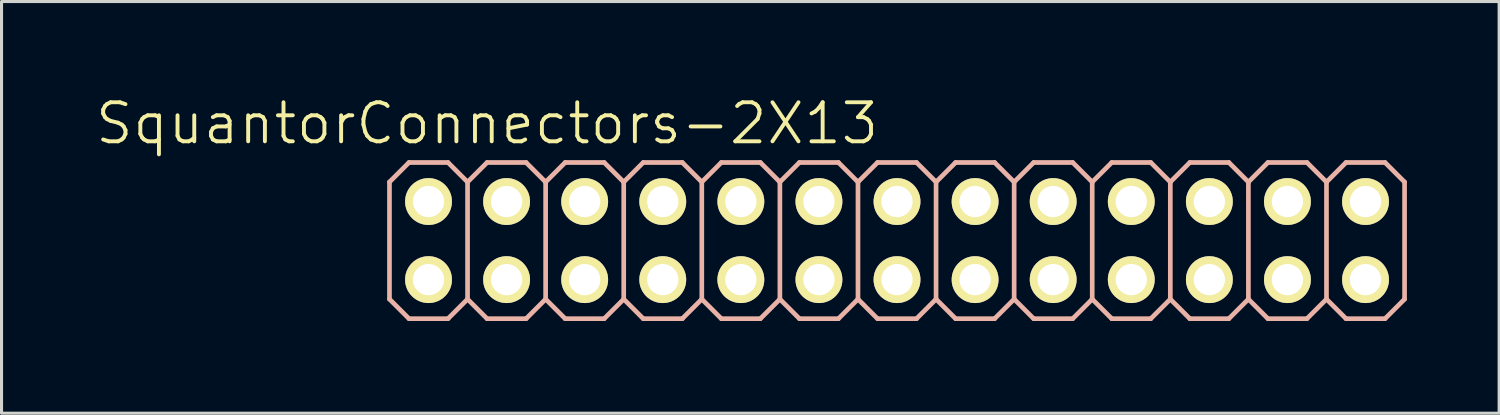
<source format=kicad_pcb>
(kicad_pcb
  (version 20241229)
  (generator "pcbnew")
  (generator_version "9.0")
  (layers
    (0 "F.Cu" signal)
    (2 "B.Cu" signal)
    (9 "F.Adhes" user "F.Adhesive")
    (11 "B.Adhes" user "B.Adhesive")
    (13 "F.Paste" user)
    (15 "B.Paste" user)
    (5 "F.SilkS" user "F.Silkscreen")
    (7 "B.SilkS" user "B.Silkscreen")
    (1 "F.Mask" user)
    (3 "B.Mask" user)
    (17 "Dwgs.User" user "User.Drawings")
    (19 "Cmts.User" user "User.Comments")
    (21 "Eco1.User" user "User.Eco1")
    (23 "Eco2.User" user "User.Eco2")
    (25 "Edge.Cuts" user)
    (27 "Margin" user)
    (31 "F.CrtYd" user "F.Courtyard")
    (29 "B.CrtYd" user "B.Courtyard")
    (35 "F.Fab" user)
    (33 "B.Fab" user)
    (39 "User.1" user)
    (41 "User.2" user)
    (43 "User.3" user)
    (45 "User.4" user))
  (footprint "SquantorConnectors-2X13"
    (layer "F.Cu")
    (at 26.129 4.776)
    (property "Reference" "SquantorConnectors-2X13" (at -13.335 -3.81 0) (layer "F.SilkS") (effects (font (size 1.27 1.27) (thickness 0.127))))
    (attr exclude_from_pos_files exclude_from_bom)
    (fp_line (start -16.51 -1.905) (end -15.875 -2.54) (stroke (width 0.152) (type solid)) (layer "B.SilkS"))
    (fp_line (start -16.51 1.905) (end -16.51 -1.905) (stroke (width 0.152) (type solid)) (layer "B.SilkS"))
    (fp_line (start -16.51 1.905) (end -15.875 2.54) (stroke (width 0.152) (type solid)) (layer "B.SilkS"))
    (fp_line (start -15.875 -2.54) (end -14.605 -2.54) (stroke (width 0.152) (type solid)) (layer "B.SilkS"))
    (fp_line (start -15.875 2.54) (end -14.605 2.54) (stroke (width 0.152) (type solid)) (layer "B.SilkS"))
    (fp_line (start -15.494 -1.524) (end -14.986 -1.524) (stroke (width 0.066) (type solid)) (layer "B.SilkS"))
    (fp_line (start -15.494 -1.016) (end -15.494 -1.524) (stroke (width 0.066) (type solid)) (layer "B.SilkS"))
    (fp_line (start -15.494 -1.016) (end -14.986 -1.016) (stroke (width 0.066) (type solid)) (layer "B.SilkS"))
    (fp_line (start -15.494 1.016) (end -14.986 1.016) (stroke (width 0.066) (type solid)) (layer "B.SilkS"))
    (fp_line (start -15.494 1.524) (end -15.494 1.016) (stroke (width 0.066) (type solid)) (layer "B.SilkS"))
    (fp_line (start -15.494 1.524) (end -14.986 1.524) (stroke (width 0.066) (type solid)) (layer "B.SilkS"))
    (fp_line (start -14.986 -1.016) (end -14.986 -1.524) (stroke (width 0.066) (type solid)) (layer "B.SilkS"))
    (fp_line (start -14.986 1.524) (end -14.986 1.016) (stroke (width 0.066) (type solid)) (layer "B.SilkS"))
    (fp_line (start -14.605 -2.54) (end -13.97 -1.905) (stroke (width 0.152) (type solid)) (layer "B.SilkS"))
    (fp_line (start -14.605 2.54) (end -13.97 1.905) (stroke (width 0.152) (type solid)) (layer "B.SilkS"))
    (fp_line (start -13.97 -1.905) (end -13.97 1.905) (stroke (width 0.152) (type solid)) (layer "B.SilkS"))
    (fp_line (start -13.97 -1.905) (end -13.335 -2.54) (stroke (width 0.152) (type solid)) (layer "B.SilkS"))
    (fp_line (start -13.97 1.905) (end -13.335 2.54) (stroke (width 0.152) (type solid)) (layer "B.SilkS"))
    (fp_line (start -13.335 -2.54) (end -12.065 -2.54) (stroke (width 0.152) (type solid)) (layer "B.SilkS"))
    (fp_line (start -13.335 2.54) (end -12.065 2.54) (stroke (width 0.152) (type solid)) (layer "B.SilkS"))
    (fp_line (start -12.954 -1.524) (end -12.446 -1.524) (stroke (width 0.066) (type solid)) (layer "B.SilkS"))
    (fp_line (start -12.954 -1.016) (end -12.954 -1.524) (stroke (width 0.066) (type solid)) (layer "B.SilkS"))
    (fp_line (start -12.954 -1.016) (end -12.446 -1.016) (stroke (width 0.066) (type solid)) (layer "B.SilkS"))
    (fp_line (start -12.954 1.016) (end -12.446 1.016) (stroke (width 0.066) (type solid)) (layer "B.SilkS"))
    (fp_line (start -12.954 1.524) (end -12.954 1.016) (stroke (width 0.066) (type solid)) (layer "B.SilkS"))
    (fp_line (start -12.954 1.524) (end -12.446 1.524) (stroke (width 0.066) (type solid)) (layer "B.SilkS"))
    (fp_line (start -12.446 -1.016) (end -12.446 -1.524) (stroke (width 0.066) (type solid)) (layer "B.SilkS"))
    (fp_line (start -12.446 1.524) (end -12.446 1.016) (stroke (width 0.066) (type solid)) (layer "B.SilkS"))
    (fp_line (start -12.065 -2.54) (end -11.43 -1.905) (stroke (width 0.152) (type solid)) (layer "B.SilkS"))
    (fp_line (start -12.065 2.54) (end -11.43 1.905) (stroke (width 0.152) (type solid)) (layer "B.SilkS"))
    (fp_line (start -11.43 -1.905) (end -11.43 1.905) (stroke (width 0.152) (type solid)) (layer "B.SilkS"))
    (fp_line (start -11.43 -1.905) (end -10.795 -2.54) (stroke (width 0.152) (type solid)) (layer "B.SilkS"))
    (fp_line (start -11.43 1.905) (end -10.795 2.54) (stroke (width 0.152) (type solid)) (layer "B.SilkS"))
    (fp_line (start -10.795 -2.54) (end -9.525 -2.54) (stroke (width 0.152) (type solid)) (layer "B.SilkS"))
    (fp_line (start -10.795 2.54) (end -9.525 2.54) (stroke (width 0.152) (type solid)) (layer "B.SilkS"))
    (fp_line (start -10.414 -1.524) (end -9.906 -1.524) (stroke (width 0.066) (type solid)) (layer "B.SilkS"))
    (fp_line (start -10.414 -1.016) (end -10.414 -1.524) (stroke (width 0.066) (type solid)) (layer "B.SilkS"))
    (fp_line (start -10.414 -1.016) (end -9.906 -1.016) (stroke (width 0.066) (type solid)) (layer "B.SilkS"))
    (fp_line (start -10.414 1.016) (end -9.906 1.016) (stroke (width 0.066) (type solid)) (layer "B.SilkS"))
    (fp_line (start -10.414 1.524) (end -10.414 1.016) (stroke (width 0.066) (type solid)) (layer "B.SilkS"))
    (fp_line (start -10.414 1.524) (end -9.906 1.524) (stroke (width 0.066) (type solid)) (layer "B.SilkS"))
    (fp_line (start -9.906 -1.016) (end -9.906 -1.524) (stroke (width 0.066) (type solid)) (layer "B.SilkS"))
    (fp_line (start -9.906 1.524) (end -9.906 1.016) (stroke (width 0.066) (type solid)) (layer "B.SilkS"))
    (fp_line (start -9.525 -2.54) (end -8.89 -1.905) (stroke (width 0.152) (type solid)) (layer "B.SilkS"))
    (fp_line (start -9.525 2.54) (end -8.89 1.905) (stroke (width 0.152) (type solid)) (layer "B.SilkS"))
    (fp_line (start -8.89 -1.905) (end -8.89 1.905) (stroke (width 0.152) (type solid)) (layer "B.SilkS"))
    (fp_line (start -8.89 -1.905) (end -8.255 -2.54) (stroke (width 0.152) (type solid)) (layer "B.SilkS"))
    (fp_line (start -8.89 1.905) (end -8.255 2.54) (stroke (width 0.152) (type solid)) (layer "B.SilkS"))
    (fp_line (start -8.255 -2.54) (end -6.985 -2.54) (stroke (width 0.152) (type solid)) (layer "B.SilkS"))
    (fp_line (start -8.255 2.54) (end -6.985 2.54) (stroke (width 0.152) (type solid)) (layer "B.SilkS"))
    (fp_line (start -7.874 -1.524) (end -7.366 -1.524) (stroke (width 0.066) (type solid)) (layer "B.SilkS"))
    (fp_line (start -7.874 -1.016) (end -7.874 -1.524) (stroke (width 0.066) (type solid)) (layer "B.SilkS"))
    (fp_line (start -7.874 -1.016) (end -7.366 -1.016) (stroke (width 0.066) (type solid)) (layer "B.SilkS"))
    (fp_line (start -7.874 1.016) (end -7.366 1.016) (stroke (width 0.066) (type solid)) (layer "B.SilkS"))
    (fp_line (start -7.874 1.524) (end -7.874 1.016) (stroke (width 0.066) (type solid)) (layer "B.SilkS"))
    (fp_line (start -7.874 1.524) (end -7.366 1.524) (stroke (width 0.066) (type solid)) (layer "B.SilkS"))
    (fp_line (start -7.366 -1.016) (end -7.366 -1.524) (stroke (width 0.066) (type solid)) (layer "B.SilkS"))
    (fp_line (start -7.366 1.524) (end -7.366 1.016) (stroke (width 0.066) (type solid)) (layer "B.SilkS"))
    (fp_line (start -6.985 -2.54) (end -6.35 -1.905) (stroke (width 0.152) (type solid)) (layer "B.SilkS"))
    (fp_line (start -6.985 2.54) (end -6.35 1.905) (stroke (width 0.152) (type solid)) (layer "B.SilkS"))
    (fp_line (start -6.35 -1.905) (end -6.35 1.905) (stroke (width 0.152) (type solid)) (layer "B.SilkS"))
    (fp_line (start -6.35 -1.905) (end -5.715 -2.54) (stroke (width 0.152) (type solid)) (layer "B.SilkS"))
    (fp_line (start -6.35 1.905) (end -5.715 2.54) (stroke (width 0.152) (type solid)) (layer "B.SilkS"))
    (fp_line (start -5.715 -2.54) (end -4.445 -2.54) (stroke (width 0.152) (type solid)) (layer "B.SilkS"))
    (fp_line (start -5.715 2.54) (end -4.445 2.54) (stroke (width 0.152) (type solid)) (layer "B.SilkS"))
    (fp_line (start -5.334 -1.524) (end -4.826 -1.524) (stroke (width 0.066) (type solid)) (layer "B.SilkS"))
    (fp_line (start -5.334 -1.016) (end -5.334 -1.524) (stroke (width 0.066) (type solid)) (layer "B.SilkS"))
    (fp_line (start -5.334 -1.016) (end -4.826 -1.016) (stroke (width 0.066) (type solid)) (layer "B.SilkS"))
    (fp_line (start -5.334 1.016) (end -4.826 1.016) (stroke (width 0.066) (type solid)) (layer "B.SilkS"))
    (fp_line (start -5.334 1.524) (end -5.334 1.016) (stroke (width 0.066) (type solid)) (layer "B.SilkS"))
    (fp_line (start -5.334 1.524) (end -4.826 1.524) (stroke (width 0.066) (type solid)) (layer "B.SilkS"))
    (fp_line (start -4.826 -1.016) (end -4.826 -1.524) (stroke (width 0.066) (type solid)) (layer "B.SilkS"))
    (fp_line (start -4.826 1.524) (end -4.826 1.016) (stroke (width 0.066) (type solid)) (layer "B.SilkS"))
    (fp_line (start -4.445 -2.54) (end -3.81 -1.905) (stroke (width 0.152) (type solid)) (layer "B.SilkS"))
    (fp_line (start -4.445 2.54) (end -3.81 1.905) (stroke (width 0.152) (type solid)) (layer "B.SilkS"))
    (fp_line (start -3.81 -1.905) (end -3.81 1.905) (stroke (width 0.152) (type solid)) (layer "B.SilkS"))
    (fp_line (start -3.81 -1.905) (end -3.175 -2.54) (stroke (width 0.152) (type solid)) (layer "B.SilkS"))
    (fp_line (start -3.81 1.905) (end -3.175 2.54) (stroke (width 0.152) (type solid)) (layer "B.SilkS"))
    (fp_line (start -3.175 -2.54) (end -1.905 -2.54) (stroke (width 0.152) (type solid)) (layer "B.SilkS"))
    (fp_line (start -3.175 2.54) (end -1.905 2.54) (stroke (width 0.152) (type solid)) (layer "B.SilkS"))
    (fp_line (start -2.794 -1.524) (end -2.286 -1.524) (stroke (width 0.066) (type solid)) (layer "B.SilkS"))
    (fp_line (start -2.794 -1.016) (end -2.794 -1.524) (stroke (width 0.066) (type solid)) (layer "B.SilkS"))
    (fp_line (start -2.794 -1.016) (end -2.286 -1.016) (stroke (width 0.066) (type solid)) (layer "B.SilkS"))
    (fp_line (start -2.794 1.016) (end -2.286 1.016) (stroke (width 0.066) (type solid)) (layer "B.SilkS"))
    (fp_line (start -2.794 1.524) (end -2.794 1.016) (stroke (width 0.066) (type solid)) (layer "B.SilkS"))
    (fp_line (start -2.794 1.524) (end -2.286 1.524) (stroke (width 0.066) (type solid)) (layer "B.SilkS"))
    (fp_line (start -2.286 -1.016) (end -2.286 -1.524) (stroke (width 0.066) (type solid)) (layer "B.SilkS"))
    (fp_line (start -2.286 1.524) (end -2.286 1.016) (stroke (width 0.066) (type solid)) (layer "B.SilkS"))
    (fp_line (start -1.905 -2.54) (end -1.27 -1.905) (stroke (width 0.152) (type solid)) (layer "B.SilkS"))
    (fp_line (start -1.905 2.54) (end -1.27 1.905) (stroke (width 0.152) (type solid)) (layer "B.SilkS"))
    (fp_line (start -1.27 -1.905) (end -1.27 1.905) (stroke (width 0.152) (type solid)) (layer "B.SilkS"))
    (fp_line (start -1.27 -1.905) (end -0.635 -2.54) (stroke (width 0.152) (type solid)) (layer "B.SilkS"))
    (fp_line (start -1.27 1.905) (end -0.635 2.54) (stroke (width 0.152) (type solid)) (layer "B.SilkS"))
    (fp_line (start -0.635 -2.54) (end 0.635 -2.54) (stroke (width 0.152) (type solid)) (layer "B.SilkS"))
    (fp_line (start -0.254 -1.524) (end 0.254 -1.524) (stroke (width 0.066) (type solid)) (layer "B.SilkS"))
    (fp_line (start -0.254 -1.016) (end -0.254 -1.524) (stroke (width 0.066) (type solid)) (layer "B.SilkS"))
    (fp_line (start -0.254 -1.016) (end 0.254 -1.016) (stroke (width 0.066) (type solid)) (layer "B.SilkS"))
    (fp_line (start -0.254 1.016) (end 0.254 1.016) (stroke (width 0.066) (type solid)) (layer "B.SilkS"))
    (fp_line (start -0.254 1.524) (end -0.254 1.016) (stroke (width 0.066) (type solid)) (layer "B.SilkS"))
    (fp_line (start -0.254 1.524) (end 0.254 1.524) (stroke (width 0.066) (type solid)) (layer "B.SilkS"))
    (fp_line (start 0.254 -1.016) (end 0.254 -1.524) (stroke (width 0.066) (type solid)) (layer "B.SilkS"))
    (fp_line (start 0.254 1.524) (end 0.254 1.016) (stroke (width 0.066) (type solid)) (layer "B.SilkS"))
    (fp_line (start 0.635 -2.54) (end 1.27 -1.905) (stroke (width 0.152) (type solid)) (layer "B.SilkS"))
    (fp_line (start 0.635 2.54) (end -0.635 2.54) (stroke (width 0.152) (type solid)) (layer "B.SilkS"))
    (fp_line (start 1.27 -1.905) (end 1.27 1.905) (stroke (width 0.152) (type solid)) (layer "B.SilkS"))
    (fp_line (start 1.27 -1.905) (end 1.905 -2.54) (stroke (width 0.152) (type solid)) (layer "B.SilkS"))
    (fp_line (start 1.27 1.905) (end 0.635 2.54) (stroke (width 0.152) (type solid)) (layer "B.SilkS"))
    (fp_line (start 1.27 1.905) (end 1.905 2.54) (stroke (width 0.152) (type solid)) (layer "B.SilkS"))
    (fp_line (start 1.905 -2.54) (end 3.175 -2.54) (stroke (width 0.152) (type solid)) (layer "B.SilkS"))
    (fp_line (start 2.286 -1.524) (end 2.794 -1.524) (stroke (width 0.066) (type solid)) (layer "B.SilkS"))
    (fp_line (start 2.286 -1.016) (end 2.286 -1.524) (stroke (width 0.066) (type solid)) (layer "B.SilkS"))
    (fp_line (start 2.286 -1.016) (end 2.794 -1.016) (stroke (width 0.066) (type solid)) (layer "B.SilkS"))
    (fp_line (start 2.286 1.016) (end 2.794 1.016) (stroke (width 0.066) (type solid)) (layer "B.SilkS"))
    (fp_line (start 2.286 1.524) (end 2.286 1.016) (stroke (width 0.066) (type solid)) (layer "B.SilkS"))
    (fp_line (start 2.286 1.524) (end 2.794 1.524) (stroke (width 0.066) (type solid)) (layer "B.SilkS"))
    (fp_line (start 2.794 -1.016) (end 2.794 -1.524) (stroke (width 0.066) (type solid)) (layer "B.SilkS"))
    (fp_line (start 2.794 1.524) (end 2.794 1.016) (stroke (width 0.066) (type solid)) (layer "B.SilkS"))
    (fp_line (start 3.175 -2.54) (end 3.81 -1.905) (stroke (width 0.152) (type solid)) (layer "B.SilkS"))
    (fp_line (start 3.175 2.54) (end 1.905 2.54) (stroke (width 0.152) (type solid)) (layer "B.SilkS"))
    (fp_line (start 3.81 -1.905) (end 3.81 1.905) (stroke (width 0.152) (type solid)) (layer "B.SilkS"))
    (fp_line (start 3.81 -1.905) (end 4.445 -2.54) (stroke (width 0.152) (type solid)) (layer "B.SilkS"))
    (fp_line (start 3.81 1.905) (end 3.175 2.54) (stroke (width 0.152) (type solid)) (layer "B.SilkS"))
    (fp_line (start 3.81 1.905) (end 4.445 2.54) (stroke (width 0.152) (type solid)) (layer "B.SilkS"))
    (fp_line (start 4.445 -2.54) (end 5.715 -2.54) (stroke (width 0.152) (type solid)) (layer "B.SilkS"))
    (fp_line (start 4.826 -1.524) (end 5.334 -1.524) (stroke (width 0.066) (type solid)) (layer "B.SilkS"))
    (fp_line (start 4.826 -1.016) (end 4.826 -1.524) (stroke (width 0.066) (type solid)) (layer "B.SilkS"))
    (fp_line (start 4.826 -1.016) (end 5.334 -1.016) (stroke (width 0.066) (type solid)) (layer "B.SilkS"))
    (fp_line (start 4.826 1.016) (end 5.334 1.016) (stroke (width 0.066) (type solid)) (layer "B.SilkS"))
    (fp_line (start 4.826 1.524) (end 4.826 1.016) (stroke (width 0.066) (type solid)) (layer "B.SilkS"))
    (fp_line (start 4.826 1.524) (end 5.334 1.524) (stroke (width 0.066) (type solid)) (layer "B.SilkS"))
    (fp_line (start 5.334 -1.016) (end 5.334 -1.524) (stroke (width 0.066) (type solid)) (layer "B.SilkS"))
    (fp_line (start 5.334 1.524) (end 5.334 1.016) (stroke (width 0.066) (type solid)) (layer "B.SilkS"))
    (fp_line (start 5.715 -2.54) (end 6.35 -1.905) (stroke (width 0.152) (type solid)) (layer "B.SilkS"))
    (fp_line (start 5.715 2.54) (end 4.445 2.54) (stroke (width 0.152) (type solid)) (layer "B.SilkS"))
    (fp_line (start 6.35 -1.905) (end 6.35 1.905) (stroke (width 0.152) (type solid)) (layer "B.SilkS"))
    (fp_line (start 6.35 -1.905) (end 6.985 -2.54) (stroke (width 0.152) (type solid)) (layer "B.SilkS"))
    (fp_line (start 6.35 1.905) (end 5.715 2.54) (stroke (width 0.152) (type solid)) (layer "B.SilkS"))
    (fp_line (start 6.35 1.905) (end 6.985 2.54) (stroke (width 0.152) (type solid)) (layer "B.SilkS"))
    (fp_line (start 6.985 -2.54) (end 8.255 -2.54) (stroke (width 0.152) (type solid)) (layer "B.SilkS"))
    (fp_line (start 7.366 -1.524) (end 7.874 -1.524) (stroke (width 0.066) (type solid)) (layer "B.SilkS"))
    (fp_line (start 7.366 -1.016) (end 7.366 -1.524) (stroke (width 0.066) (type solid)) (layer "B.SilkS"))
    (fp_line (start 7.366 -1.016) (end 7.874 -1.016) (stroke (width 0.066) (type solid)) (layer "B.SilkS"))
    (fp_line (start 7.366 1.016) (end 7.874 1.016) (stroke (width 0.066) (type solid)) (layer "B.SilkS"))
    (fp_line (start 7.366 1.524) (end 7.366 1.016) (stroke (width 0.066) (type solid)) (layer "B.SilkS"))
    (fp_line (start 7.366 1.524) (end 7.874 1.524) (stroke (width 0.066) (type solid)) (layer "B.SilkS"))
    (fp_line (start 7.874 -1.016) (end 7.874 -1.524) (stroke (width 0.066) (type solid)) (layer "B.SilkS"))
    (fp_line (start 7.874 1.524) (end 7.874 1.016) (stroke (width 0.066) (type solid)) (layer "B.SilkS"))
    (fp_line (start 8.255 -2.54) (end 8.89 -1.905) (stroke (width 0.152) (type solid)) (layer "B.SilkS"))
    (fp_line (start 8.255 2.54) (end 6.985 2.54) (stroke (width 0.152) (type solid)) (layer "B.SilkS"))
    (fp_line (start 8.89 -1.905) (end 8.89 1.905) (stroke (width 0.152) (type solid)) (layer "B.SilkS"))
    (fp_line (start 8.89 -1.905) (end 9.525 -2.54) (stroke (width 0.152) (type solid)) (layer "B.SilkS"))
    (fp_line (start 8.89 1.905) (end 8.255 2.54) (stroke (width 0.152) (type solid)) (layer "B.SilkS"))
    (fp_line (start 8.89 1.905) (end 9.525 2.54) (stroke (width 0.152) (type solid)) (layer "B.SilkS"))
    (fp_line (start 9.525 -2.54) (end 10.795 -2.54) (stroke (width 0.152) (type solid)) (layer "B.SilkS"))
    (fp_line (start 9.906 -1.524) (end 10.414 -1.524) (stroke (width 0.066) (type solid)) (layer "B.SilkS"))
    (fp_line (start 9.906 -1.016) (end 9.906 -1.524) (stroke (width 0.066) (type solid)) (layer "B.SilkS"))
    (fp_line (start 9.906 -1.016) (end 10.414 -1.016) (stroke (width 0.066) (type solid)) (layer "B.SilkS"))
    (fp_line (start 9.906 1.016) (end 10.414 1.016) (stroke (width 0.066) (type solid)) (layer "B.SilkS"))
    (fp_line (start 9.906 1.524) (end 9.906 1.016) (stroke (width 0.066) (type solid)) (layer "B.SilkS"))
    (fp_line (start 9.906 1.524) (end 10.414 1.524) (stroke (width 0.066) (type solid)) (layer "B.SilkS"))
    (fp_line (start 10.414 -1.016) (end 10.414 -1.524) (stroke (width 0.066) (type solid)) (layer "B.SilkS"))
    (fp_line (start 10.414 1.524) (end 10.414 1.016) (stroke (width 0.066) (type solid)) (layer "B.SilkS"))
    (fp_line (start 10.795 -2.54) (end 11.43 -1.905) (stroke (width 0.152) (type solid)) (layer "B.SilkS"))
    (fp_line (start 10.795 2.54) (end 9.525 2.54) (stroke (width 0.152) (type solid)) (layer "B.SilkS"))
    (fp_line (start 11.43 -1.905) (end 11.43 1.905) (stroke (width 0.152) (type solid)) (layer "B.SilkS"))
    (fp_line (start 11.43 -1.905) (end 12.065 -2.54) (stroke (width 0.152) (type solid)) (layer "B.SilkS"))
    (fp_line (start 11.43 1.905) (end 10.795 2.54) (stroke (width 0.152) (type solid)) (layer "B.SilkS"))
    (fp_line (start 11.43 1.905) (end 12.065 2.54) (stroke (width 0.152) (type solid)) (layer "B.SilkS"))
    (fp_line (start 12.065 -2.54) (end 13.335 -2.54) (stroke (width 0.152) (type solid)) (layer "B.SilkS"))
    (fp_line (start 12.446 -1.524) (end 12.954 -1.524) (stroke (width 0.066) (type solid)) (layer "B.SilkS"))
    (fp_line (start 12.446 -1.016) (end 12.446 -1.524) (stroke (width 0.066) (type solid)) (layer "B.SilkS"))
    (fp_line (start 12.446 -1.016) (end 12.954 -1.016) (stroke (width 0.066) (type solid)) (layer "B.SilkS"))
    (fp_line (start 12.446 1.016) (end 12.954 1.016) (stroke (width 0.066) (type solid)) (layer "B.SilkS"))
    (fp_line (start 12.446 1.524) (end 12.446 1.016) (stroke (width 0.066) (type solid)) (layer "B.SilkS"))
    (fp_line (start 12.446 1.524) (end 12.954 1.524) (stroke (width 0.066) (type solid)) (layer "B.SilkS"))
    (fp_line (start 12.954 -1.016) (end 12.954 -1.524) (stroke (width 0.066) (type solid)) (layer "B.SilkS"))
    (fp_line (start 12.954 1.524) (end 12.954 1.016) (stroke (width 0.066) (type solid)) (layer "B.SilkS"))
    (fp_line (start 13.335 2.54) (end 12.065 2.54) (stroke (width 0.152) (type solid)) (layer "B.SilkS"))
    (fp_line (start 13.97 -1.905) (end 13.335 -2.54) (stroke (width 0.152) (type solid)) (layer "B.SilkS"))
    (fp_line (start 13.97 -1.905) (end 13.97 1.905) (stroke (width 0.152) (type solid)) (layer "B.SilkS"))
    (fp_line (start 13.97 -1.905) (end 14.605 -2.54) (stroke (width 0.152) (type solid)) (layer "B.SilkS"))
    (fp_line (start 13.97 1.905) (end 13.335 2.54) (stroke (width 0.152) (type solid)) (layer "B.SilkS"))
    (fp_line (start 13.97 1.905) (end 14.605 2.54) (stroke (width 0.152) (type solid)) (layer "B.SilkS"))
    (fp_line (start 14.605 -2.54) (end 15.875 -2.54) (stroke (width 0.152) (type solid)) (layer "B.SilkS"))
    (fp_line (start 14.986 -1.524) (end 15.494 -1.524) (stroke (width 0.066) (type solid)) (layer "B.SilkS"))
    (fp_line (start 14.986 -1.016) (end 14.986 -1.524) (stroke (width 0.066) (type solid)) (layer "B.SilkS"))
    (fp_line (start 14.986 -1.016) (end 15.494 -1.016) (stroke (width 0.066) (type solid)) (layer "B.SilkS"))
    (fp_line (start 14.986 1.016) (end 15.494 1.016) (stroke (width 0.066) (type solid)) (layer "B.SilkS"))
    (fp_line (start 14.986 1.524) (end 14.986 1.016) (stroke (width 0.066) (type solid)) (layer "B.SilkS"))
    (fp_line (start 14.986 1.524) (end 15.494 1.524) (stroke (width 0.066) (type solid)) (layer "B.SilkS"))
    (fp_line (start 15.494 -1.016) (end 15.494 -1.524) (stroke (width 0.066) (type solid)) (layer "B.SilkS"))
    (fp_line (start 15.494 1.524) (end 15.494 1.016) (stroke (width 0.066) (type solid)) (layer "B.SilkS"))
    (fp_line (start 15.875 2.54) (end 14.605 2.54) (stroke (width 0.152) (type solid)) (layer "B.SilkS"))
    (fp_line (start 16.51 -1.905) (end 15.875 -2.54) (stroke (width 0.152) (type solid)) (layer "B.SilkS"))
    (fp_line (start 16.51 -1.905) (end 16.51 1.905) (stroke (width 0.152) (type solid)) (layer "B.SilkS"))
    (fp_line (start 16.51 1.905) (end 15.875 2.54) (stroke (width 0.152) (type solid)) (layer "B.SilkS"))
    (pad "1" thru_hole circle (at -15.24 1.27) (size 1.524 1.524) (drill 1.016) (layers "*.Cu" "F.Mask" "F.SilkS" "F.Paste"))
    (pad "2" thru_hole circle (at -15.24 -1.27) (size 1.524 1.524) (drill 1.016) (layers "*.Cu" "F.Mask" "F.SilkS" "F.Paste"))
    (pad "3" thru_hole circle (at -12.7 1.27) (size 1.524 1.524) (drill 1.016) (layers "*.Cu" "F.Mask" "F.SilkS" "F.Paste"))
    (pad "4" thru_hole circle (at -12.7 -1.27) (size 1.524 1.524) (drill 1.016) (layers "*.Cu" "F.Mask" "F.SilkS" "F.Paste"))
    (pad "5" thru_hole circle (at -10.16 1.27) (size 1.524 1.524) (drill 1.016) (layers "*.Cu" "F.Mask" "F.SilkS" "F.Paste"))
    (pad "6" thru_hole circle (at -10.16 -1.27) (size 1.524 1.524) (drill 1.016) (layers "*.Cu" "F.Mask" "F.SilkS" "F.Paste"))
    (pad "7" thru_hole circle (at -7.62 1.27) (size 1.524 1.524) (drill 1.016) (layers "*.Cu" "F.Mask" "F.SilkS" "F.Paste"))
    (pad "8" thru_hole circle (at -7.62 -1.27) (size 1.524 1.524) (drill 1.016) (layers "*.Cu" "F.Mask" "F.SilkS" "F.Paste"))
    (pad "9" thru_hole circle (at -5.08 1.27) (size 1.524 1.524) (drill 1.016) (layers "*.Cu" "F.Mask" "F.SilkS" "F.Paste"))
    (pad "10" thru_hole circle (at -5.08 -1.27) (size 1.524 1.524) (drill 1.016) (layers "*.Cu" "F.Mask" "F.SilkS" "F.Paste"))
    (pad "11" thru_hole circle (at -2.54 1.27) (size 1.524 1.524) (drill 1.016) (layers "*.Cu" "F.Mask" "F.SilkS" "F.Paste"))
    (pad "12" thru_hole circle (at -2.54 -1.27) (size 1.524 1.524) (drill 1.016) (layers "*.Cu" "F.Mask" "F.SilkS" "F.Paste"))
    (pad "13" thru_hole circle (at 0 1.27) (size 1.524 1.524) (drill 1.016) (layers "*.Cu" "F.Mask" "F.SilkS" "F.Paste"))
    (pad "14" thru_hole circle (at 0 -1.27) (size 1.524 1.524) (drill 1.016) (layers "*.Cu" "F.Mask" "F.SilkS" "F.Paste"))
    (pad "15" thru_hole circle (at 2.54 1.27) (size 1.524 1.524) (drill 1.016) (layers "*.Cu" "F.Mask" "F.SilkS" "F.Paste"))
    (pad "16" thru_hole circle (at 2.54 -1.27) (size 1.524 1.524) (drill 1.016) (layers "*.Cu" "F.Mask" "F.SilkS" "F.Paste"))
    (pad "17" thru_hole circle (at 5.08 1.27) (size 1.524 1.524) (drill 1.016) (layers "*.Cu" "F.Mask" "F.SilkS" "F.Paste"))
    (pad "18" thru_hole circle (at 5.08 -1.27) (size 1.524 1.524) (drill 1.016) (layers "*.Cu" "F.Mask" "F.SilkS" "F.Paste"))
    (pad "19" thru_hole circle (at 7.62 1.27) (size 1.524 1.524) (drill 1.016) (layers "*.Cu" "F.Mask" "F.SilkS" "F.Paste"))
    (pad "20" thru_hole circle (at 7.62 -1.27) (size 1.524 1.524) (drill 1.016) (layers "*.Cu" "F.Mask" "F.SilkS" "F.Paste"))
    (pad "21" thru_hole circle (at 10.16 1.27) (size 1.524 1.524) (drill 1.016) (layers "*.Cu" "F.Mask" "F.SilkS" "F.Paste"))
    (pad "22" thru_hole circle (at 10.16 -1.27) (size 1.524 1.524) (drill 1.016) (layers "*.Cu" "F.Mask" "F.SilkS" "F.Paste"))
    (pad "23" thru_hole circle (at 12.7 1.27) (size 1.524 1.524) (drill 1.016) (layers "*.Cu" "F.Mask" "F.SilkS" "F.Paste"))
    (pad "24" thru_hole circle (at 12.7 -1.27) (size 1.524 1.524) (drill 1.016) (layers "*.Cu" "F.Mask" "F.SilkS" "F.Paste"))
    (pad "25" thru_hole circle (at 15.24 1.27) (size 1.524 1.524) (drill 1.016) (layers "*.Cu" "F.Mask" "F.SilkS" "F.Paste"))
    (pad "26" thru_hole circle (at 15.24 -1.27) (size 1.524 1.524) (drill 1.016) (layers "*.Cu" "F.Mask" "F.SilkS" "F.Paste")))
  (gr_rect
    (start -3 -3)
    (end 45.715 10.392)
    (stroke (width 0.1) (type default))
    (fill no)
    (layer "Edge.Cuts")))
</source>
